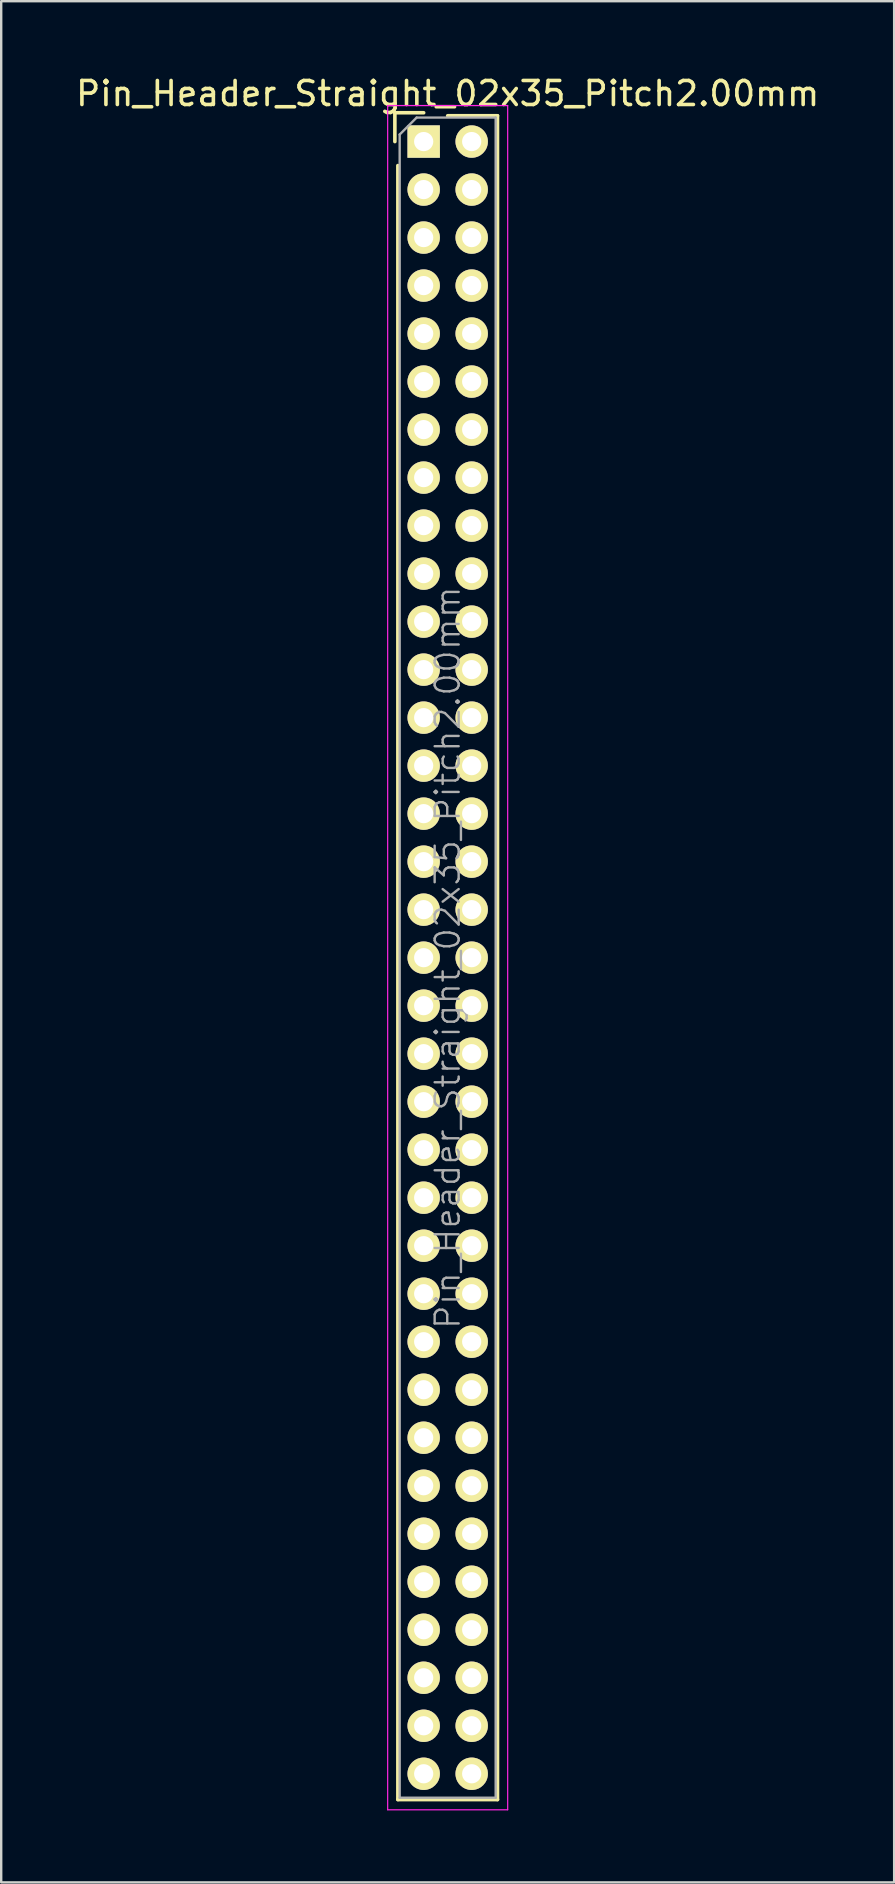
<source format=kicad_pcb>
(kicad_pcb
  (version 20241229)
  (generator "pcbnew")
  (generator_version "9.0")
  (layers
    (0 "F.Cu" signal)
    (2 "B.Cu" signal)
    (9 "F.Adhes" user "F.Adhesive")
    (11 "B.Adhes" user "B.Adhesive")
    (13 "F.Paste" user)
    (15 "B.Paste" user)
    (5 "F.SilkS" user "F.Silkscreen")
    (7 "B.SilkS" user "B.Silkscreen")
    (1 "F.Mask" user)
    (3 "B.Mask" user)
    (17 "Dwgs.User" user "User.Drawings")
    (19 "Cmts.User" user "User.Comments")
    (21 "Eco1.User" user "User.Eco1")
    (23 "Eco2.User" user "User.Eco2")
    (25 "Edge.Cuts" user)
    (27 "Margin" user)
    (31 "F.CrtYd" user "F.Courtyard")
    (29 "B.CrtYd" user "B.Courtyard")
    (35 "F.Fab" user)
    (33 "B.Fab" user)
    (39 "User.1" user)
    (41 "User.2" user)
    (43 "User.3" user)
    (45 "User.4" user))
  (footprint "Pin_Header_Straight_02x35_Pitch2.00mm"
    (layer "F.Cu")
    (at 14.601 2.848)
    (property "Reference" "Pin_Header_Straight_02x35_Pitch2.00mm" (at 1 -2 0) (layer "F.SilkS") (effects (font (size 1 1) (thickness 0.15))))
    (attr smd)
    (fp_line (start -1.2 -1.2) (end -1.2 0) (stroke (width 0.15) (type solid)) (layer "F.SilkS"))
    (fp_line (start -1.2 -1.2) (end 0 -1.2) (stroke (width 0.15) (type solid)) (layer "F.SilkS"))
    (fp_line (start -1.075 1) (end -1.075 69.075) (stroke (width 0.15) (type solid)) (layer "F.SilkS"))
    (fp_line (start -1.075 69.075) (end 3.075 69.075) (stroke (width 0.15) (type solid)) (layer "F.SilkS"))
    (fp_line (start 1 -1.075) (end 3.075 -1.075) (stroke (width 0.15) (type solid)) (layer "F.SilkS"))
    (fp_line (start 3.075 -1.075) (end 3.075 69.075) (stroke (width 0.15) (type solid)) (layer "F.SilkS"))
    (fp_line (start -1.5 -1.5) (end -1.5 69.5) (stroke (width 0.05) (type solid)) (layer "F.CrtYd"))
    (fp_line (start 3.5 -1.5) (end -1.5 -1.5) (stroke (width 0.05) (type solid)) (layer "F.CrtYd"))
    (fp_line (start 3.5 -1.5) (end 3.5 69.5) (stroke (width 0.05) (type solid)) (layer "F.CrtYd"))
    (fp_line (start 3.5 69.5) (end -1.5 69.5) (stroke (width 0.05) (type solid)) (layer "F.CrtYd"))
    (fp_line (start -1 -0.293) (end -0.293 -1) (stroke (width 0.1) (type solid)) (layer "F.Fab"))
    (fp_line (start -1 69) (end -1 -0.293) (stroke (width 0.1) (type solid)) (layer "F.Fab"))
    (fp_line (start 3 -1) (end -0.293 -1) (stroke (width 0.1) (type solid)) (layer "F.Fab"))
    (fp_line (start 3 69) (end -1 69) (stroke (width 0.1) (type solid)) (layer "F.Fab"))
    (fp_line (start 3 69) (end 3 -1) (stroke (width 0.1) (type solid)) (layer "F.Fab"))
    (fp_text user "${REFERENCE}" (at 1 34 90) (layer "F.Fab") (effects (font (size 1 1) (thickness 0.1))))
    (pad "1" thru_hole rect (at 0 0) (size 1.35 1.35) (drill 0.8) (layers "*.Cu" "*.Mask" "F.SilkS"))
    (pad "2" thru_hole oval (at 2 0) (size 1.35 1.35) (drill 0.8) (layers "*.Cu" "*.Mask" "F.SilkS"))
    (pad "3" thru_hole oval (at 0 2) (size 1.35 1.35) (drill 0.8) (layers "*.Cu" "*.Mask" "F.SilkS"))
    (pad "4" thru_hole oval (at 2 2) (size 1.35 1.35) (drill 0.8) (layers "*.Cu" "*.Mask" "F.SilkS"))
    (pad "5" thru_hole oval (at 0 4) (size 1.35 1.35) (drill 0.8) (layers "*.Cu" "*.Mask" "F.SilkS"))
    (pad "6" thru_hole oval (at 2 4) (size 1.35 1.35) (drill 0.8) (layers "*.Cu" "*.Mask" "F.SilkS"))
    (pad "7" thru_hole oval (at 0 6) (size 1.35 1.35) (drill 0.8) (layers "*.Cu" "*.Mask" "F.SilkS"))
    (pad "8" thru_hole oval (at 2 6) (size 1.35 1.35) (drill 0.8) (layers "*.Cu" "*.Mask" "F.SilkS"))
    (pad "9" thru_hole oval (at 0 8) (size 1.35 1.35) (drill 0.8) (layers "*.Cu" "*.Mask" "F.SilkS"))
    (pad "10" thru_hole oval (at 2 8) (size 1.35 1.35) (drill 0.8) (layers "*.Cu" "*.Mask" "F.SilkS"))
    (pad "11" thru_hole oval (at 0 10) (size 1.35 1.35) (drill 0.8) (layers "*.Cu" "*.Mask" "F.SilkS"))
    (pad "12" thru_hole oval (at 2 10) (size 1.35 1.35) (drill 0.8) (layers "*.Cu" "*.Mask" "F.SilkS"))
    (pad "13" thru_hole oval (at 0 12) (size 1.35 1.35) (drill 0.8) (layers "*.Cu" "*.Mask" "F.SilkS"))
    (pad "14" thru_hole oval (at 2 12) (size 1.35 1.35) (drill 0.8) (layers "*.Cu" "*.Mask" "F.SilkS"))
    (pad "15" thru_hole oval (at 0 14) (size 1.35 1.35) (drill 0.8) (layers "*.Cu" "*.Mask" "F.SilkS"))
    (pad "16" thru_hole oval (at 2 14) (size 1.35 1.35) (drill 0.8) (layers "*.Cu" "*.Mask" "F.SilkS"))
    (pad "17" thru_hole oval (at 0 16) (size 1.35 1.35) (drill 0.8) (layers "*.Cu" "*.Mask" "F.SilkS"))
    (pad "18" thru_hole oval (at 2 16) (size 1.35 1.35) (drill 0.8) (layers "*.Cu" "*.Mask" "F.SilkS"))
    (pad "19" thru_hole oval (at 0 18) (size 1.35 1.35) (drill 0.8) (layers "*.Cu" "*.Mask" "F.SilkS"))
    (pad "20" thru_hole oval (at 2 18) (size 1.35 1.35) (drill 0.8) (layers "*.Cu" "*.Mask" "F.SilkS"))
    (pad "21" thru_hole oval (at 0 20) (size 1.35 1.35) (drill 0.8) (layers "*.Cu" "*.Mask" "F.SilkS"))
    (pad "22" thru_hole oval (at 2 20) (size 1.35 1.35) (drill 0.8) (layers "*.Cu" "*.Mask" "F.SilkS"))
    (pad "23" thru_hole oval (at 0 22) (size 1.35 1.35) (drill 0.8) (layers "*.Cu" "*.Mask" "F.SilkS"))
    (pad "24" thru_hole oval (at 2 22) (size 1.35 1.35) (drill 0.8) (layers "*.Cu" "*.Mask" "F.SilkS"))
    (pad "25" thru_hole oval (at 0 24) (size 1.35 1.35) (drill 0.8) (layers "*.Cu" "*.Mask" "F.SilkS"))
    (pad "26" thru_hole oval (at 2 24) (size 1.35 1.35) (drill 0.8) (layers "*.Cu" "*.Mask" "F.SilkS"))
    (pad "27" thru_hole oval (at 0 26) (size 1.35 1.35) (drill 0.8) (layers "*.Cu" "*.Mask" "F.SilkS"))
    (pad "28" thru_hole oval (at 2 26) (size 1.35 1.35) (drill 0.8) (layers "*.Cu" "*.Mask" "F.SilkS"))
    (pad "29" thru_hole oval (at 0 28) (size 1.35 1.35) (drill 0.8) (layers "*.Cu" "*.Mask" "F.SilkS"))
    (pad "30" thru_hole oval (at 2 28) (size 1.35 1.35) (drill 0.8) (layers "*.Cu" "*.Mask" "F.SilkS"))
    (pad "31" thru_hole oval (at 0 30) (size 1.35 1.35) (drill 0.8) (layers "*.Cu" "*.Mask" "F.SilkS"))
    (pad "32" thru_hole oval (at 2 30) (size 1.35 1.35) (drill 0.8) (layers "*.Cu" "*.Mask" "F.SilkS"))
    (pad "33" thru_hole oval (at 0 32) (size 1.35 1.35) (drill 0.8) (layers "*.Cu" "*.Mask" "F.SilkS"))
    (pad "34" thru_hole oval (at 2 32) (size 1.35 1.35) (drill 0.8) (layers "*.Cu" "*.Mask" "F.SilkS"))
    (pad "35" thru_hole oval (at 0 34) (size 1.35 1.35) (drill 0.8) (layers "*.Cu" "*.Mask" "F.SilkS"))
    (pad "36" thru_hole oval (at 2 34) (size 1.35 1.35) (drill 0.8) (layers "*.Cu" "*.Mask" "F.SilkS"))
    (pad "37" thru_hole oval (at 0 36) (size 1.35 1.35) (drill 0.8) (layers "*.Cu" "*.Mask" "F.SilkS"))
    (pad "38" thru_hole oval (at 2 36) (size 1.35 1.35) (drill 0.8) (layers "*.Cu" "*.Mask" "F.SilkS"))
    (pad "39" thru_hole oval (at 0 38) (size 1.35 1.35) (drill 0.8) (layers "*.Cu" "*.Mask" "F.SilkS"))
    (pad "40" thru_hole oval (at 2 38) (size 1.35 1.35) (drill 0.8) (layers "*.Cu" "*.Mask" "F.SilkS"))
    (pad "41" thru_hole oval (at 0 40) (size 1.35 1.35) (drill 0.8) (layers "*.Cu" "*.Mask" "F.SilkS"))
    (pad "42" thru_hole oval (at 2 40) (size 1.35 1.35) (drill 0.8) (layers "*.Cu" "*.Mask" "F.SilkS"))
    (pad "43" thru_hole oval (at 0 42) (size 1.35 1.35) (drill 0.8) (layers "*.Cu" "*.Mask" "F.SilkS"))
    (pad "44" thru_hole oval (at 2 42) (size 1.35 1.35) (drill 0.8) (layers "*.Cu" "*.Mask" "F.SilkS"))
    (pad "45" thru_hole oval (at 0 44) (size 1.35 1.35) (drill 0.8) (layers "*.Cu" "*.Mask" "F.SilkS"))
    (pad "46" thru_hole oval (at 2 44) (size 1.35 1.35) (drill 0.8) (layers "*.Cu" "*.Mask" "F.SilkS"))
    (pad "47" thru_hole oval (at 0 46) (size 1.35 1.35) (drill 0.8) (layers "*.Cu" "*.Mask" "F.SilkS"))
    (pad "48" thru_hole oval (at 2 46) (size 1.35 1.35) (drill 0.8) (layers "*.Cu" "*.Mask" "F.SilkS"))
    (pad "49" thru_hole oval (at 0 48) (size 1.35 1.35) (drill 0.8) (layers "*.Cu" "*.Mask" "F.SilkS"))
    (pad "50" thru_hole oval (at 2 48) (size 1.35 1.35) (drill 0.8) (layers "*.Cu" "*.Mask" "F.SilkS"))
    (pad "51" thru_hole oval (at 0 50) (size 1.35 1.35) (drill 0.8) (layers "*.Cu" "*.Mask" "F.SilkS"))
    (pad "52" thru_hole oval (at 2 50) (size 1.35 1.35) (drill 0.8) (layers "*.Cu" "*.Mask" "F.SilkS"))
    (pad "53" thru_hole oval (at 0 52) (size 1.35 1.35) (drill 0.8) (layers "*.Cu" "*.Mask" "F.SilkS"))
    (pad "54" thru_hole oval (at 2 52) (size 1.35 1.35) (drill 0.8) (layers "*.Cu" "*.Mask" "F.SilkS"))
    (pad "55" thru_hole oval (at 0 54) (size 1.35 1.35) (drill 0.8) (layers "*.Cu" "*.Mask" "F.SilkS"))
    (pad "56" thru_hole oval (at 2 54) (size 1.35 1.35) (drill 0.8) (layers "*.Cu" "*.Mask" "F.SilkS"))
    (pad "57" thru_hole oval (at 0 56) (size 1.35 1.35) (drill 0.8) (layers "*.Cu" "*.Mask" "F.SilkS"))
    (pad "58" thru_hole oval (at 2 56) (size 1.35 1.35) (drill 0.8) (layers "*.Cu" "*.Mask" "F.SilkS"))
    (pad "59" thru_hole oval (at 0 58) (size 1.35 1.35) (drill 0.8) (layers "*.Cu" "*.Mask" "F.SilkS"))
    (pad "60" thru_hole oval (at 2 58) (size 1.35 1.35) (drill 0.8) (layers "*.Cu" "*.Mask" "F.SilkS"))
    (pad "61" thru_hole oval (at 0 60) (size 1.35 1.35) (drill 0.8) (layers "*.Cu" "*.Mask" "F.SilkS"))
    (pad "62" thru_hole oval (at 2 60) (size 1.35 1.35) (drill 0.8) (layers "*.Cu" "*.Mask" "F.SilkS"))
    (pad "63" thru_hole oval (at 0 62) (size 1.35 1.35) (drill 0.8) (layers "*.Cu" "*.Mask" "F.SilkS"))
    (pad "64" thru_hole oval (at 2 62) (size 1.35 1.35) (drill 0.8) (layers "*.Cu" "*.Mask" "F.SilkS"))
    (pad "65" thru_hole oval (at 0 64) (size 1.35 1.35) (drill 0.8) (layers "*.Cu" "*.Mask" "F.SilkS"))
    (pad "66" thru_hole oval (at 2 64) (size 1.35 1.35) (drill 0.8) (layers "*.Cu" "*.Mask" "F.SilkS"))
    (pad "67" thru_hole oval (at 0 66) (size 1.35 1.35) (drill 0.8) (layers "*.Cu" "*.Mask" "F.SilkS"))
    (pad "68" thru_hole oval (at 2 66) (size 1.35 1.35) (drill 0.8) (layers "*.Cu" "*.Mask" "F.SilkS"))
    (pad "69" thru_hole oval (at 0 68) (size 1.35 1.35) (drill 0.8) (layers "*.Cu" "*.Mask" "F.SilkS"))
    (pad "70" thru_hole oval (at 2 68) (size 1.35 1.35) (drill 0.8) (layers "*.Cu" "*.Mask" "F.SilkS")))
  (gr_rect
    (start -3 -3)
    (end 34.202 75.373)
    (stroke (width 0.1) (type default))
    (fill no)
    (layer "Edge.Cuts")))
</source>
